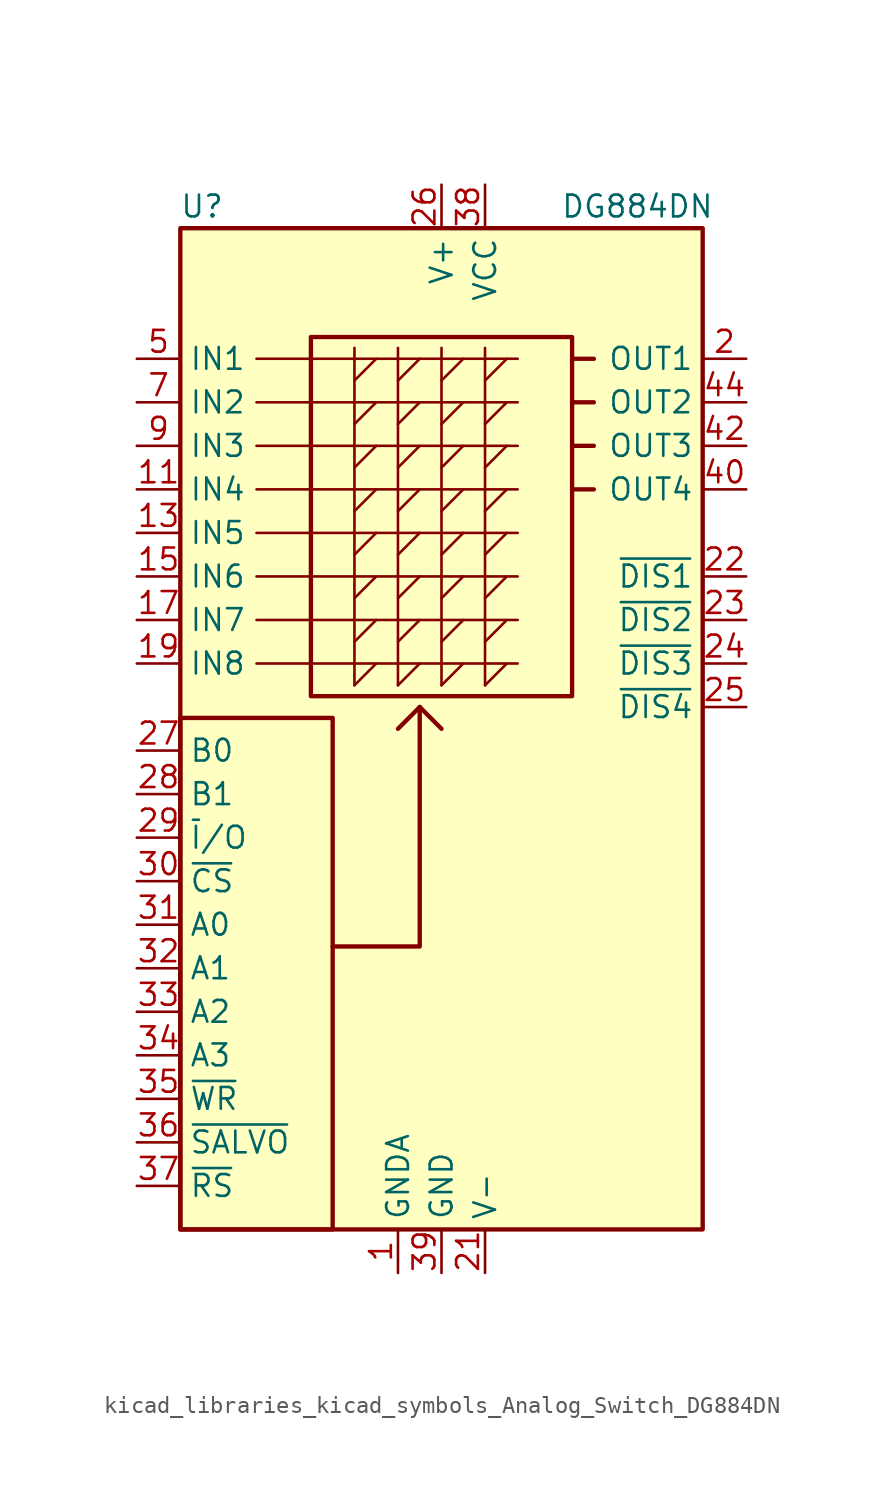
<source format=kicad_sym>
(kicad_symbol_lib
  (version 20220914)
  (generator kicad_symbol_editor)
  (symbol "kicad_libraries_kicad_symbols_Analog_Switch_DG884DN"
    (property "Reference" "U"
      (at -13.97 34.29 0)
      (effects (font (size 1.27 1.27))))
    (property "Value" "DG884DN"
      (at 11.43 34.29 0)
      (effects (font (size 1.27 1.27))))
    (symbol "kicad_libraries_kicad_symbols_Analog_Switch_DG884DN_0_1"
      (rectangle (start -15.24 -25.4) (end 15.24 33.02) (stroke (width 0.254) (type default)) (fill (type background)))
      (rectangle (start -15.24 4.445) (end -6.35 -25.4) (stroke (width 0.254) (type default)) (fill (type none)))
      (rectangle (start -7.62 26.67) (end 7.62 5.715) (stroke (width 0.254) (type default)) (fill (type none)))
      (polyline (pts (xy -10.795 7.62) (xy 4.445 7.62)) (stroke (width 0) (type default)) (fill (type none)))
      (polyline (pts (xy -10.795 10.16) (xy 4.445 10.16)) (stroke (width 0) (type default)) (fill (type none)))
      (polyline (pts (xy -10.795 12.7) (xy 4.445 12.7)) (stroke (width 0) (type default)) (fill (type none)))
      (polyline (pts (xy -10.795 15.24) (xy 4.445 15.24)) (stroke (width 0) (type default)) (fill (type none)))
      (polyline (pts (xy -10.795 17.78) (xy 4.445 17.78)) (stroke (width 0) (type default)) (fill (type none)))
      (polyline (pts (xy -10.795 20.32) (xy 4.445 20.32)) (stroke (width 0) (type default)) (fill (type none)))
      (polyline (pts (xy -10.795 22.86) (xy 4.445 22.86)) (stroke (width 0) (type default)) (fill (type none)))
      (polyline (pts (xy -10.795 25.4) (xy 4.445 25.4)) (stroke (width 0) (type default)) (fill (type none)))
      (polyline (pts (xy -5.08 6.35) (xy -3.81 7.62)) (stroke (width 0) (type default)) (fill (type none)))
      (polyline (pts (xy -5.08 8.89) (xy -3.81 10.16)) (stroke (width 0) (type default)) (fill (type none)))
      (polyline (pts (xy -5.08 11.43) (xy -3.81 12.7)) (stroke (width 0) (type default)) (fill (type none)))
      (polyline (pts (xy -5.08 13.97) (xy -3.81 15.24)) (stroke (width 0) (type default)) (fill (type none)))
      (polyline (pts (xy -5.08 16.51) (xy -3.81 17.78)) (stroke (width 0) (type default)) (fill (type none)))
      (polyline (pts (xy -5.08 19.05) (xy -3.81 20.32)) (stroke (width 0) (type default)) (fill (type none)))
      (polyline (pts (xy -5.08 21.59) (xy -3.81 22.86)) (stroke (width 0) (type default)) (fill (type none)))
      (polyline (pts (xy -5.08 24.13) (xy -3.81 25.4)) (stroke (width 0) (type default)) (fill (type none)))
      (polyline (pts (xy -5.08 26.035) (xy -5.08 6.35)) (stroke (width 0) (type default)) (fill (type none)))
      (polyline (pts (xy -2.54 6.35) (xy -1.27 7.62)) (stroke (width 0) (type default)) (fill (type none)))
      (polyline (pts (xy -2.54 8.89) (xy -1.27 10.16)) (stroke (width 0) (type default)) (fill (type none)))
      (polyline (pts (xy -2.54 11.43) (xy -1.27 12.7)) (stroke (width 0) (type default)) (fill (type none)))
      (polyline (pts (xy -2.54 13.97) (xy -1.27 15.24)) (stroke (width 0) (type default)) (fill (type none)))
      (polyline (pts (xy -2.54 16.51) (xy -1.27 17.78)) (stroke (width 0) (type default)) (fill (type none)))
      (polyline (pts (xy -2.54 19.05) (xy -1.27 20.32)) (stroke (width 0) (type default)) (fill (type none)))
      (polyline (pts (xy -2.54 21.59) (xy -1.27 22.86)) (stroke (width 0) (type default)) (fill (type none)))
      (polyline (pts (xy -2.54 24.13) (xy -1.27 25.4)) (stroke (width 0) (type default)) (fill (type none)))
      (polyline (pts (xy -2.54 26.035) (xy -2.54 6.35)) (stroke (width 0) (type default)) (fill (type none)))
      (polyline (pts (xy -1.27 5.08) (xy -2.54 3.81)) (stroke (width 0.254) (type default)) (fill (type none)))
      (polyline (pts (xy -1.27 5.08) (xy 0 3.81)) (stroke (width 0.254) (type default)) (fill (type none)))
      (polyline (pts (xy 0 6.35) (xy 1.27 7.62)) (stroke (width 0) (type default)) (fill (type none)))
      (polyline (pts (xy 0 8.89) (xy 1.27 10.16)) (stroke (width 0) (type default)) (fill (type none)))
      (polyline (pts (xy 0 11.43) (xy 1.27 12.7)) (stroke (width 0) (type default)) (fill (type none)))
      (polyline (pts (xy 0 13.97) (xy 1.27 15.24)) (stroke (width 0) (type default)) (fill (type none)))
      (polyline (pts (xy 0 16.51) (xy 1.27 17.78)) (stroke (width 0) (type default)) (fill (type none)))
      (polyline (pts (xy 0 19.05) (xy 1.27 20.32)) (stroke (width 0) (type default)) (fill (type none)))
      (polyline (pts (xy 0 21.59) (xy 1.27 22.86)) (stroke (width 0) (type default)) (fill (type none)))
      (polyline (pts (xy 0 24.13) (xy 1.27 25.4)) (stroke (width 0) (type default)) (fill (type none)))
      (polyline (pts (xy 0 26.035) (xy 0 6.35)) (stroke (width 0) (type default)) (fill (type none)))
      (polyline (pts (xy 2.54 6.35) (xy 3.81 7.62)) (stroke (width 0) (type default)) (fill (type none)))
      (polyline (pts (xy 2.54 8.89) (xy 3.81 10.16)) (stroke (width 0) (type default)) (fill (type none)))
      (polyline (pts (xy 2.54 11.43) (xy 3.81 12.7)) (stroke (width 0) (type default)) (fill (type none)))
      (polyline (pts (xy 2.54 13.97) (xy 3.81 15.24)) (stroke (width 0) (type default)) (fill (type none)))
      (polyline (pts (xy 2.54 16.51) (xy 3.81 17.78)) (stroke (width 0) (type default)) (fill (type none)))
      (polyline (pts (xy 2.54 19.05) (xy 3.81 20.32)) (stroke (width 0) (type default)) (fill (type none)))
      (polyline (pts (xy 2.54 21.59) (xy 3.81 22.86)) (stroke (width 0) (type default)) (fill (type none)))
      (polyline (pts (xy 2.54 24.13) (xy 3.81 25.4)) (stroke (width 0) (type default)) (fill (type none)))
      (polyline (pts (xy 2.54 26.035) (xy 2.54 6.35)) (stroke (width 0) (type default)) (fill (type none)))
      (polyline (pts (xy 7.62 20.32) (xy 8.89 20.32)) (stroke (width 0.254) (type default)) (fill (type none)))
      (polyline (pts (xy 7.62 22.86) (xy 8.89 22.86)) (stroke (width 0.254) (type default)) (fill (type none)))
      (polyline (pts (xy 8.89 17.78) (xy 7.62 17.78)) (stroke (width 0.254) (type default)) (fill (type none)))
      (polyline (pts (xy 8.89 25.4) (xy 7.62 25.4)) (stroke (width 0.254) (type default)) (fill (type none)))
      (polyline (pts (xy -6.35 -8.89) (xy -1.27 -8.89) (xy -1.27 5.08)) (stroke (width 0.254) (type default)) (fill (type none))))
    (symbol "kicad_libraries_kicad_symbols_Analog_Switch_DG884DN_1_1"
      (pin power_in line (at -2.54 -27.94 90) (length 2.54) (name "GNDA" (effects (font (size 1.27 1.27)))) (number "1" (effects (font (size 1.27 1.27)))))
      (pin passive line (at -2.54 -27.94 90) (length 2.54) hide (name "GNDA" (effects (font (size 1.27 1.27)))) (number "10" (effects (font (size 1.27 1.27)))))
      (pin input line (at -17.78 17.78 0) (length 2.54) (name "IN4" (effects (font (size 1.27 1.27)))) (number "11" (effects (font (size 1.27 1.27)))))
      (pin passive line (at -2.54 -27.94 90) (length 2.54) hide (name "GNDA" (effects (font (size 1.27 1.27)))) (number "12" (effects (font (size 1.27 1.27)))))
      (pin input line (at -17.78 15.24 0) (length 2.54) (name "IN5" (effects (font (size 1.27 1.27)))) (number "13" (effects (font (size 1.27 1.27)))))
      (pin passive line (at -2.54 -27.94 90) (length 2.54) hide (name "GNDA" (effects (font (size 1.27 1.27)))) (number "14" (effects (font (size 1.27 1.27)))))
      (pin input line (at -17.78 12.7 0) (length 2.54) (name "IN6" (effects (font (size 1.27 1.27)))) (number "15" (effects (font (size 1.27 1.27)))))
      (pin passive line (at -2.54 -27.94 90) (length 2.54) hide (name "GNDA" (effects (font (size 1.27 1.27)))) (number "16" (effects (font (size 1.27 1.27)))))
      (pin input line (at -17.78 10.16 0) (length 2.54) (name "IN7" (effects (font (size 1.27 1.27)))) (number "17" (effects (font (size 1.27 1.27)))))
      (pin passive line (at -2.54 -27.94 90) (length 2.54) hide (name "GNDA" (effects (font (size 1.27 1.27)))) (number "18" (effects (font (size 1.27 1.27)))))
      (pin input line (at -17.78 7.62 0) (length 2.54) (name "IN8" (effects (font (size 1.27 1.27)))) (number "19" (effects (font (size 1.27 1.27)))))
      (pin output line (at 17.78 25.4 180) (length 2.54) (name "OUT1" (effects (font (size 1.27 1.27)))) (number "2" (effects (font (size 1.27 1.27)))))
      (pin passive line (at -2.54 -27.94 90) (length 2.54) hide (name "GNDA" (effects (font (size 1.27 1.27)))) (number "20" (effects (font (size 1.27 1.27)))))
      (pin passive line (at 2.54 -27.94 90) (length 2.54) (name "V-" (effects (font (size 1.27 1.27)))) (number "21" (effects (font (size 1.27 1.27)))))
      (pin open_collector line (at 17.78 12.7 180) (length 2.54) (name "~{DIS1}" (effects (font (size 1.27 1.27)))) (number "22" (effects (font (size 1.27 1.27)))))
      (pin open_collector line (at 17.78 10.16 180) (length 2.54) (name "~{DIS2}" (effects (font (size 1.27 1.27)))) (number "23" (effects (font (size 1.27 1.27)))))
      (pin open_collector line (at 17.78 7.62 180) (length 2.54) (name "~{DIS3}" (effects (font (size 1.27 1.27)))) (number "24" (effects (font (size 1.27 1.27)))))
      (pin open_collector line (at 17.78 5.08 180) (length 2.54) (name "~{DIS4}" (effects (font (size 1.27 1.27)))) (number "25" (effects (font (size 1.27 1.27)))))
      (pin passive line (at 0 35.56 270) (length 2.54) (name "V+" (effects (font (size 1.27 1.27)))) (number "26" (effects (font (size 1.27 1.27)))))
      (pin input line (at -17.78 2.54 0) (length 2.54) (name "B0" (effects (font (size 1.27 1.27)))) (number "27" (effects (font (size 1.27 1.27)))))
      (pin input line (at -17.78 0 0) (length 2.54) (name "B1" (effects (font (size 1.27 1.27)))) (number "28" (effects (font (size 1.27 1.27)))))
      (pin input line (at -17.78 -2.54 0) (length 2.54) (name "~{I}/O" (effects (font (size 1.27 1.27)))) (number "29" (effects (font (size 1.27 1.27)))))
      (pin passive line (at -2.54 -27.94 90) (length 2.54) hide (name "GNDA" (effects (font (size 1.27 1.27)))) (number "3" (effects (font (size 1.27 1.27)))))
      (pin input line (at -17.78 -5.08 0) (length 2.54) (name "~{CS}" (effects (font (size 1.27 1.27)))) (number "30" (effects (font (size 1.27 1.27)))))
      (pin input line (at -17.78 -7.62 0) (length 2.54) (name "A0" (effects (font (size 1.27 1.27)))) (number "31" (effects (font (size 1.27 1.27)))))
      (pin input line (at -17.78 -10.16 0) (length 2.54) (name "A1" (effects (font (size 1.27 1.27)))) (number "32" (effects (font (size 1.27 1.27)))))
      (pin input line (at -17.78 -12.7 0) (length 2.54) (name "A2" (effects (font (size 1.27 1.27)))) (number "33" (effects (font (size 1.27 1.27)))))
      (pin input line (at -17.78 -15.24 0) (length 2.54) (name "A3" (effects (font (size 1.27 1.27)))) (number "34" (effects (font (size 1.27 1.27)))))
      (pin input line (at -17.78 -17.78 0) (length 2.54) (name "~{WR}" (effects (font (size 1.27 1.27)))) (number "35" (effects (font (size 1.27 1.27)))))
      (pin input line (at -17.78 -20.32 0) (length 2.54) (name "~{SALVO}" (effects (font (size 1.27 1.27)))) (number "36" (effects (font (size 1.27 1.27)))))
      (pin input line (at -17.78 -22.86 0) (length 2.54) (name "~{RS}" (effects (font (size 1.27 1.27)))) (number "37" (effects (font (size 1.27 1.27)))))
      (pin power_in line (at 2.54 35.56 270) (length 2.54) (name "VCC" (effects (font (size 1.27 1.27)))) (number "38" (effects (font (size 1.27 1.27)))))
      (pin power_in line (at 0 -27.94 90) (length 2.54) (name "GND" (effects (font (size 1.27 1.27)))) (number "39" (effects (font (size 1.27 1.27)))))
      (pin passive line (at -2.54 -27.94 90) (length 2.54) hide (name "GNDA" (effects (font (size 1.27 1.27)))) (number "4" (effects (font (size 1.27 1.27)))))
      (pin output line (at 17.78 17.78 180) (length 2.54) (name "OUT4" (effects (font (size 1.27 1.27)))) (number "40" (effects (font (size 1.27 1.27)))))
      (pin passive line (at -2.54 -27.94 90) (length 2.54) hide (name "GNDA" (effects (font (size 1.27 1.27)))) (number "41" (effects (font (size 1.27 1.27)))))
      (pin output line (at 17.78 20.32 180) (length 2.54) (name "OUT3" (effects (font (size 1.27 1.27)))) (number "42" (effects (font (size 1.27 1.27)))))
      (pin passive line (at -2.54 -27.94 90) (length 2.54) hide (name "GNDA" (effects (font (size 1.27 1.27)))) (number "43" (effects (font (size 1.27 1.27)))))
      (pin output line (at 17.78 22.86 180) (length 2.54) (name "OUT2" (effects (font (size 1.27 1.27)))) (number "44" (effects (font (size 1.27 1.27)))))
      (pin input line (at -17.78 25.4 0) (length 2.54) (name "IN1" (effects (font (size 1.27 1.27)))) (number "5" (effects (font (size 1.27 1.27)))))
      (pin passive line (at -2.54 -27.94 90) (length 2.54) hide (name "GNDA" (effects (font (size 1.27 1.27)))) (number "6" (effects (font (size 1.27 1.27)))))
      (pin input line (at -17.78 22.86 0) (length 2.54) (name "IN2" (effects (font (size 1.27 1.27)))) (number "7" (effects (font (size 1.27 1.27)))))
      (pin passive line (at -2.54 -27.94 90) (length 2.54) hide (name "GNDA" (effects (font (size 1.27 1.27)))) (number "8" (effects (font (size 1.27 1.27)))))
      (pin input line (at -17.78 20.32 0) (length 2.54) (name "IN3" (effects (font (size 1.27 1.27)))) (number "9" (effects (font (size 1.27 1.27))))))))
</source>
